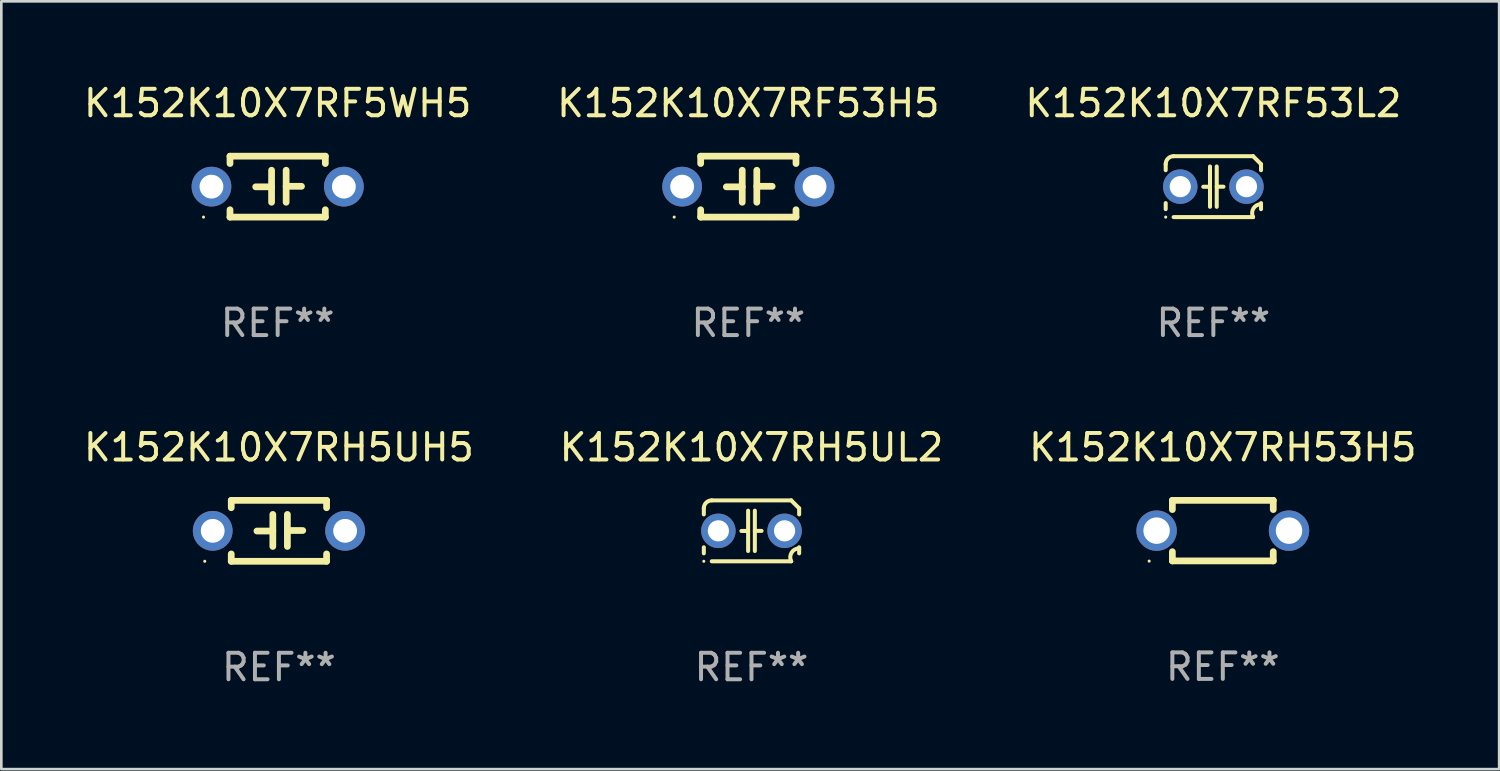
<source format=kicad_pcb>
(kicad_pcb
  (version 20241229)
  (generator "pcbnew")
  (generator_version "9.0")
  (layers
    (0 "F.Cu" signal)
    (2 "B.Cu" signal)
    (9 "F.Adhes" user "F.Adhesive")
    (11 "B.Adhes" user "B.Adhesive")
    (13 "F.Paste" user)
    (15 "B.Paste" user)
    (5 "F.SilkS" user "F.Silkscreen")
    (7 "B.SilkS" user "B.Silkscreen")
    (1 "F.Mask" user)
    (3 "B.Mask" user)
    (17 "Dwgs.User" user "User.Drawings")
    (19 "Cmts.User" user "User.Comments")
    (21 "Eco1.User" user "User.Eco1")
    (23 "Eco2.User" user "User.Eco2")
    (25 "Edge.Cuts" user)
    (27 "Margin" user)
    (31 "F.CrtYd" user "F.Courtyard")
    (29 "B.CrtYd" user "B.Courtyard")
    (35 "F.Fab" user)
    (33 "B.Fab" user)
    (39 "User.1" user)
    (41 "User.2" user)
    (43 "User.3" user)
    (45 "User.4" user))
  (footprint "K152K10X7RF53L2"
    (layer "F.Cu")
    (at 42.768 3.998)
    (property "Reference" "K152K10X7RF53L2" (at 0 -3.15 0) (layer "F.SilkS") (effects (font (size 1 1) (thickness 0.15))))
    (attr through_hole)
    (fp_line (start -1.8 -0.621) (end -1.8 -0.85) (stroke (width 0.152) (type solid)) (layer "F.SilkS"))
    (fp_line (start -1.8 0.85) (end -1.8 0.621) (stroke (width 0.152) (type solid)) (layer "F.SilkS"))
    (fp_line (start -1.5 -1.15) (end 1.5 -1.15) (stroke (width 0.152) (type solid)) (layer "F.SilkS"))
    (fp_line (start -0.127 -0.762) (end -0.127 0.762) (stroke (width 0.152) (type solid)) (layer "F.SilkS"))
    (fp_line (start -0.127 0.005) (end -0.381 0.005) (stroke (width 0.152) (type solid)) (layer "F.SilkS"))
    (fp_line (start 0.127 -0.762) (end 0.127 0.762) (stroke (width 0.152) (type solid)) (layer "F.SilkS"))
    (fp_line (start 0.127 0.002) (end 0.381 0.002) (stroke (width 0.152) (type solid)) (layer "F.SilkS"))
    (fp_line (start 1.5 1.15) (end -1.5 1.15) (stroke (width 0.152) (type solid)) (layer "F.SilkS"))
    (fp_line (start 1.8 -0.85) (end 1.8 -0.621) (stroke (width 0.152) (type solid)) (layer "F.SilkS"))
    (fp_line (start 1.8 0.621) (end 1.8 0.85) (stroke (width 0.152) (type solid)) (layer "F.SilkS"))
    (fp_arc (start -1.799975 -0.849987) (mid -1.712107 -1.062119) (end -1.499975 -1.149987) (stroke (width 0.151994) (type solid)) (layer "F.SilkS"))
    (fp_arc (start 1.499975 1.149987) (mid 1.513726 0.822359) (end 1.799975 0.662387) (stroke (width 0.151994) (type solid)) (layer "F.SilkS"))
    (fp_arc (start 1.500001 -1.149986) (mid 1.650015 -1.000001) (end 1.8 -0.849987) (stroke (width 0.151994) (type solid)) (layer "F.SilkS"))
    (fp_circle (center -1.8 1.15) (end -1.77 1.15) (stroke (width 0.06) (type solid)) (fill no) (layer "F.SilkS"))
    (fp_text user "REF**" (at 0 5.15 0) (layer "F.Fab") (effects (font (size 1 1) (thickness 0.15))))
    (pad "1" thru_hole circle (at -1.25 0) (size 1.3 1.3) (drill 0.8) (layers "*.Cu" "*.Mask"))
    (pad "2" thru_hole circle (at 1.25 0) (size 1.3 1.3) (drill 0.8) (layers "*.Cu" "*.Mask")))
  (footprint "K152K10X7RF53H5"
    (layer "F.Cu")
    (at 25.208 3.998)
    (property "Reference" "K152K10X7RF53H5" (at 0 -3.15 0) (layer "F.SilkS") (effects (font (size 1 1) (thickness 0.15))))
    (attr through_hole)
    (fp_line (start -1.8 -1.15) (end -1.8 -0.872) (stroke (width 0.254) (type solid)) (layer "F.SilkS"))
    (fp_line (start -1.8 -1.15) (end 1.8 -1.15) (stroke (width 0.254) (type solid)) (layer "F.SilkS"))
    (fp_line (start -1.8 0.872) (end -1.8 1.15) (stroke (width 0.254) (type solid)) (layer "F.SilkS"))
    (fp_line (start -1.8 1.15) (end 1.8 1.15) (stroke (width 0.254) (type solid)) (layer "F.SilkS"))
    (fp_line (start -0.23 -0.62) (end -0.23 0.59) (stroke (width 0.254) (type solid)) (layer "F.SilkS"))
    (fp_line (start -0.23 0.007) (end -0.83 0.007) (stroke (width 0.254) (type solid)) (layer "F.SilkS"))
    (fp_line (start 0.32 -0.62) (end 0.32 0.59) (stroke (width 0.254) (type solid)) (layer "F.SilkS"))
    (fp_line (start 0.32 -0.012) (end 0.9 -0.012) (stroke (width 0.254) (type solid)) (layer "F.SilkS"))
    (fp_line (start 1.8 -1.15) (end 1.8 -0.872) (stroke (width 0.254) (type solid)) (layer "F.SilkS"))
    (fp_line (start 1.8 0.872) (end 1.8 1.15) (stroke (width 0.254) (type solid)) (layer "F.SilkS"))
    (fp_circle (center -2.8 1.15) (end -2.77 1.15) (stroke (width 0.06) (type solid)) (fill no) (layer "F.SilkS"))
    (fp_text user "REF**" (at 0 5.15 0) (layer "F.Fab") (effects (font (size 1 1) (thickness 0.15))))
    (pad "1" thru_hole circle (at -2.5 0) (size 1.5 1.5) (drill 0.9) (layers "*.Cu" "*.Mask"))
    (pad "2" thru_hole circle (at 2.5 0) (size 1.5 1.5) (drill 0.9) (layers "*.Cu" "*.Mask")))
  (footprint "K152K10X7RH5UL2"
    (layer "F.Cu")
    (at 25.327 16.995)
    (property "Reference" "K152K10X7RH5UL2" (at 0 -3.15 0) (layer "F.SilkS") (effects (font (size 1 1) (thickness 0.15))))
    (attr through_hole)
    (fp_line (start -1.8 -0.621) (end -1.8 -0.85) (stroke (width 0.152) (type solid)) (layer "F.SilkS"))
    (fp_line (start -1.8 0.85) (end -1.8 0.621) (stroke (width 0.152) (type solid)) (layer "F.SilkS"))
    (fp_line (start -1.5 -1.15) (end 1.5 -1.15) (stroke (width 0.152) (type solid)) (layer "F.SilkS"))
    (fp_line (start -0.127 -0.762) (end -0.127 0.762) (stroke (width 0.152) (type solid)) (layer "F.SilkS"))
    (fp_line (start -0.127 0.005) (end -0.381 0.005) (stroke (width 0.152) (type solid)) (layer "F.SilkS"))
    (fp_line (start 0.127 -0.762) (end 0.127 0.762) (stroke (width 0.152) (type solid)) (layer "F.SilkS"))
    (fp_line (start 0.127 0.002) (end 0.381 0.002) (stroke (width 0.152) (type solid)) (layer "F.SilkS"))
    (fp_line (start 1.5 1.15) (end -1.5 1.15) (stroke (width 0.152) (type solid)) (layer "F.SilkS"))
    (fp_line (start 1.8 -0.85) (end 1.8 -0.621) (stroke (width 0.152) (type solid)) (layer "F.SilkS"))
    (fp_line (start 1.8 0.621) (end 1.8 0.85) (stroke (width 0.152) (type solid)) (layer "F.SilkS"))
    (fp_arc (start -1.799975 -0.849987) (mid -1.712107 -1.062119) (end -1.499975 -1.149987) (stroke (width 0.151994) (type solid)) (layer "F.SilkS"))
    (fp_arc (start 1.499975 1.149987) (mid 1.513726 0.822359) (end 1.799975 0.662387) (stroke (width 0.151994) (type solid)) (layer "F.SilkS"))
    (fp_arc (start 1.500001 -1.149986) (mid 1.650015 -1.000001) (end 1.8 -0.849987) (stroke (width 0.151994) (type solid)) (layer "F.SilkS"))
    (fp_circle (center -1.8 1.15) (end -1.77 1.15) (stroke (width 0.06) (type solid)) (fill no) (layer "F.SilkS"))
    (fp_text user "REF**" (at 0 5.15 0) (layer "F.Fab") (effects (font (size 1 1) (thickness 0.15))))
    (pad "1" thru_hole circle (at -1.25 0) (size 1.3 1.3) (drill 0.8) (layers "*.Cu" "*.Mask"))
    (pad "2" thru_hole circle (at 1.25 0) (size 1.3 1.3) (drill 0.8) (layers "*.Cu" "*.Mask")))
  (footprint "K152K10X7RH5UH5"
    (layer "F.Cu")
    (at 7.482 16.995)
    (property "Reference" "K152K10X7RH5UH5" (at 0 -3.15 0) (layer "F.SilkS") (effects (font (size 1 1) (thickness 0.15))))
    (attr through_hole)
    (fp_line (start -1.8 -1.15) (end -1.8 -0.872) (stroke (width 0.254) (type solid)) (layer "F.SilkS"))
    (fp_line (start -1.8 -1.15) (end 1.8 -1.15) (stroke (width 0.254) (type solid)) (layer "F.SilkS"))
    (fp_line (start -1.8 0.872) (end -1.8 1.15) (stroke (width 0.254) (type solid)) (layer "F.SilkS"))
    (fp_line (start -1.8 1.15) (end 1.8 1.15) (stroke (width 0.254) (type solid)) (layer "F.SilkS"))
    (fp_line (start -0.23 -0.62) (end -0.23 0.59) (stroke (width 0.254) (type solid)) (layer "F.SilkS"))
    (fp_line (start -0.23 0.007) (end -0.83 0.007) (stroke (width 0.254) (type solid)) (layer "F.SilkS"))
    (fp_line (start 0.32 -0.62) (end 0.32 0.59) (stroke (width 0.254) (type solid)) (layer "F.SilkS"))
    (fp_line (start 0.32 -0.012) (end 0.9 -0.012) (stroke (width 0.254) (type solid)) (layer "F.SilkS"))
    (fp_line (start 1.8 -1.15) (end 1.8 -0.872) (stroke (width 0.254) (type solid)) (layer "F.SilkS"))
    (fp_line (start 1.8 0.872) (end 1.8 1.15) (stroke (width 0.254) (type solid)) (layer "F.SilkS"))
    (fp_circle (center -2.8 1.15) (end -2.77 1.15) (stroke (width 0.06) (type solid)) (fill no) (layer "F.SilkS"))
    (fp_text user "REF**" (at 0 5.15 0) (layer "F.Fab") (effects (font (size 1 1) (thickness 0.15))))
    (pad "1" thru_hole circle (at -2.5 0) (size 1.5 1.5) (drill 0.9) (layers "*.Cu" "*.Mask"))
    (pad "2" thru_hole circle (at 2.5 0) (size 1.5 1.5) (drill 0.9) (layers "*.Cu" "*.Mask")))
  (footprint "K152K10X7RH53H5"
    (layer "F.Cu")
    (at 43.125 16.988)
    (property "Reference" "K152K10X7RH53H5" (at 0 -3.143 0) (layer "F.SilkS") (effects (font (size 1 1) (thickness 0.15))))
    (attr through_hole)
    (fp_line (start -1.905 -1.143) (end 1.905 -1.143) (stroke (width 0.254) (type solid)) (layer "F.SilkS"))
    (fp_line (start -1.905 -0.795) (end -1.905 -1.143) (stroke (width 0.254) (type solid)) (layer "F.SilkS"))
    (fp_line (start -1.905 1.143) (end -1.905 0.795) (stroke (width 0.254) (type solid)) (layer "F.SilkS"))
    (fp_line (start 1.905 -1.143) (end 1.905 -0.795) (stroke (width 0.254) (type solid)) (layer "F.SilkS"))
    (fp_line (start 1.905 0.795) (end 1.905 1.143) (stroke (width 0.254) (type solid)) (layer "F.SilkS"))
    (fp_line (start 1.905 1.143) (end -1.905 1.143) (stroke (width 0.254) (type solid)) (layer "F.SilkS"))
    (fp_circle (center -2.781 1.15) (end -2.751 1.15) (stroke (width 0.06) (type solid)) (fill no) (layer "F.SilkS"))
    (fp_text user "REF**" (at 0 5.143 0) (layer "F.Fab") (effects (font (size 1 1) (thickness 0.15))))
    (pad "1" thru_hole circle (at -2.5 0) (size 1.524 1.524) (drill 1) (layers "*.Cu" "*.Mask"))
    (pad "2" thru_hole circle (at 2.5 0) (size 1.524 1.524) (drill 1) (layers "*.Cu" "*.Mask")))
  (footprint "K152K10X7RF5WH5"
    (layer "F.Cu")
    (at 7.435 3.998)
    (property "Reference" "K152K10X7RF5WH5" (at 0 -3.15 0) (layer "F.SilkS") (effects (font (size 1 1) (thickness 0.15))))
    (attr through_hole)
    (fp_line (start -1.8 -1.15) (end -1.8 -0.872) (stroke (width 0.254) (type solid)) (layer "F.SilkS"))
    (fp_line (start -1.8 -1.15) (end 1.8 -1.15) (stroke (width 0.254) (type solid)) (layer "F.SilkS"))
    (fp_line (start -1.8 0.872) (end -1.8 1.15) (stroke (width 0.254) (type solid)) (layer "F.SilkS"))
    (fp_line (start -1.8 1.15) (end 1.8 1.15) (stroke (width 0.254) (type solid)) (layer "F.SilkS"))
    (fp_line (start -0.23 -0.62) (end -0.23 0.59) (stroke (width 0.254) (type solid)) (layer "F.SilkS"))
    (fp_line (start -0.23 0.007) (end -0.83 0.007) (stroke (width 0.254) (type solid)) (layer "F.SilkS"))
    (fp_line (start 0.32 -0.62) (end 0.32 0.59) (stroke (width 0.254) (type solid)) (layer "F.SilkS"))
    (fp_line (start 0.32 -0.012) (end 0.9 -0.012) (stroke (width 0.254) (type solid)) (layer "F.SilkS"))
    (fp_line (start 1.8 -1.15) (end 1.8 -0.872) (stroke (width 0.254) (type solid)) (layer "F.SilkS"))
    (fp_line (start 1.8 0.872) (end 1.8 1.15) (stroke (width 0.254) (type solid)) (layer "F.SilkS"))
    (fp_circle (center -2.8 1.15) (end -2.77 1.15) (stroke (width 0.06) (type solid)) (fill no) (layer "F.SilkS"))
    (fp_text user "REF**" (at 0 5.15 0) (layer "F.Fab") (effects (font (size 1 1) (thickness 0.15))))
    (pad "1" thru_hole circle (at -2.5 0) (size 1.5 1.5) (drill 0.9) (layers "*.Cu" "*.Mask"))
    (pad "2" thru_hole circle (at 2.5 0) (size 1.5 1.5) (drill 0.9) (layers "*.Cu" "*.Mask")))
  (gr_rect
    (start -3 -3)
    (end 53.56 25.993)
    (stroke (width 0.1) (type default))
    (fill no)
    (layer "Edge.Cuts")))
</source>
